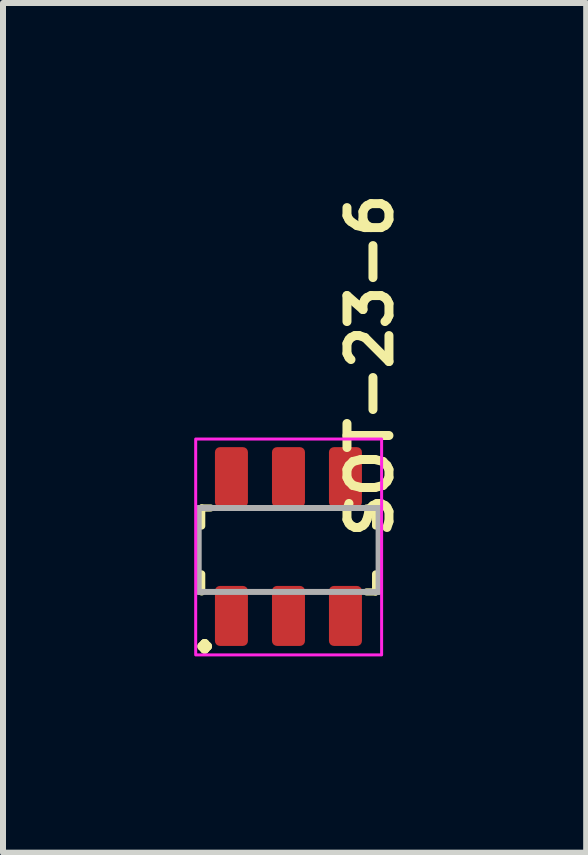
<source format=kicad_pcb>
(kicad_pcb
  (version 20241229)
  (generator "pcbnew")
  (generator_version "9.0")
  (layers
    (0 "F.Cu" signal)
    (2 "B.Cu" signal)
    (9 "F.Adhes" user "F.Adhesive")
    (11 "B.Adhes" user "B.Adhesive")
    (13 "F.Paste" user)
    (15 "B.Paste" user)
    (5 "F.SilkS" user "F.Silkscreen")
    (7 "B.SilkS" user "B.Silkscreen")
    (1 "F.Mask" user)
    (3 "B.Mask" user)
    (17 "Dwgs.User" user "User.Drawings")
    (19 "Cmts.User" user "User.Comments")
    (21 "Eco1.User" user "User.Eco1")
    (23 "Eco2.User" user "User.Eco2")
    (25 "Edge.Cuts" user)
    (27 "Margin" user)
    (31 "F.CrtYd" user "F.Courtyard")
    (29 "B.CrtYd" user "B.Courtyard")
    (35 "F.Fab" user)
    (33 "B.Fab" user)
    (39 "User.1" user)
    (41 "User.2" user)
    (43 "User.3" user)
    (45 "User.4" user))
  (footprint "SOT-23-6"
    (layer "F.Cu")
    (at 1.763 6.12)
    (property "Reference" "SOT-23-6" (at 1.766 -0.143 90) (layer "F.SilkS") (effects (font (size 0.7 0.7) (thickness 0.15)) (justify left bottom)))
    (attr smd)
    (fp_line (start -1.45 -0.7) (end -1.45 -0.4) (stroke (width 0.12) (type solid)) (layer "F.SilkS"))
    (fp_line (start -1.45 0.7) (end -1.45 0.4) (stroke (width 0.12) (type solid)) (layer "F.SilkS"))
    (fp_line (start -1.3 -0.7) (end -1.45 -0.7) (stroke (width 0.12) (type solid)) (layer "F.SilkS"))
    (fp_line (start 1.3 -0.7) (end 1.45 -0.7) (stroke (width 0.12) (type solid)) (layer "F.SilkS"))
    (fp_line (start 1.3 0.7) (end 1.45 0.7) (stroke (width 0.12) (type solid)) (layer "F.SilkS"))
    (fp_line (start 1.45 -0.7) (end 1.45 -0.4) (stroke (width 0.12) (type solid)) (layer "F.SilkS"))
    (fp_line (start 1.45 0.7) (end 1.45 0.4) (stroke (width 0.12) (type solid)) (layer "F.SilkS"))
    (fp_rect (start -1.55 -1.85) (end 1.55 1.75) (stroke (width 0.05) (type solid)) (fill no) (layer "F.CrtYd"))
    (fp_line (start -1.5 -0.7) (end 1.5 -0.7) (stroke (width 0.1) (type solid)) (layer "F.Fab"))
    (fp_line (start -1.5 0.7) (end -1.5 -0.7) (stroke (width 0.1) (type solid)) (layer "F.Fab"))
    (fp_line (start 1.5 -0.7) (end 1.5 0.7) (stroke (width 0.1) (type solid)) (layer "F.Fab"))
    (fp_line (start 1.5 0.7) (end -1.5 0.7) (stroke (width 0.1) (type solid)) (layer "F.Fab"))
    (fp_rect (start -1.397 -1.214) (end 1.396 1.211) (stroke (width 0.1) (type solid)) (fill no) (layer "User.5"))
    (fp_line (start -1.397 -0.629) (end -1.182 -0.629) (stroke (width 0.02) (type solid)) (layer "User.9"))
    (fp_line (start -1.397 0.641) (end -1.397 -0.629) (stroke (width 0.02) (type solid)) (layer "User.9"))
    (fp_line (start -1.397 0.641) (end -1.214 0.456) (stroke (width 0.02) (type solid)) (layer "User.9"))
    (fp_line (start -1.214 -0.444) (end -1.397 -0.629) (stroke (width 0.02) (type solid)) (layer "User.9"))
    (fp_line (start -1.214 -0.444) (end -1.214 0.456) (stroke (width 0.02) (type solid)) (layer "User.9"))
    (fp_line (start -1.214 0.456) (end 1.211 0.456) (stroke (width 0.02) (type solid)) (layer "User.9"))
    (fp_line (start -1.182 -1.214) (end -0.724 -1.214) (stroke (width 0.02) (type solid)) (layer "User.9"))
    (fp_line (start -1.182 -1.01) (end -1.182 -1.214) (stroke (width 0.02) (type solid)) (layer "User.9"))
    (fp_line (start -1.182 -0.935) (end -1.182 -1.01) (stroke (width 0.02) (type solid)) (layer "User.9"))
    (fp_line (start -1.182 -0.935) (end -0.724 -0.935) (stroke (width 0.02) (type solid)) (layer "User.9"))
    (fp_line (start -1.182 -0.656) (end -1.182 -0.935) (stroke (width 0.02) (type solid)) (layer "User.9"))
    (fp_line (start -1.182 -0.62) (end -1.182 -0.656) (stroke (width 0.02) (type solid)) (layer "User.9"))
    (fp_line (start -1.182 0.631) (end -1.182 0.654) (stroke (width 0.02) (type solid)) (layer "User.9"))
    (fp_line (start -1.182 0.631) (end -0.724 0.631) (stroke (width 0.02) (type solid)) (layer "User.9"))
    (fp_line (start -1.182 0.641) (end -1.397 0.641) (stroke (width 0.02) (type solid)) (layer "User.9"))
    (fp_line (start -1.182 0.654) (end -1.182 0.933) (stroke (width 0.02) (type solid)) (layer "User.9"))
    (fp_line (start -1.182 0.933) (end -1.182 1.009) (stroke (width 0.02) (type solid)) (layer "User.9"))
    (fp_line (start -1.182 1.009) (end -1.182 1.211) (stroke (width 0.02) (type solid)) (layer "User.9"))
    (fp_line (start -0.724 -1.01) (end -0.724 -1.214) (stroke (width 0.02) (type solid)) (layer "User.9"))
    (fp_line (start -0.724 -0.935) (end -0.724 -1.01) (stroke (width 0.02) (type solid)) (layer "User.9"))
    (fp_line (start -0.724 -0.656) (end -0.724 -0.935) (stroke (width 0.02) (type solid)) (layer "User.9"))
    (fp_line (start -0.724 -0.629) (end -0.23 -0.629) (stroke (width 0.02) (type solid)) (layer "User.9"))
    (fp_line (start -0.724 -0.62) (end -1.182 -0.62) (stroke (width 0.02) (type solid)) (layer "User.9"))
    (fp_line (start -0.724 -0.62) (end -0.724 -0.656) (stroke (width 0.02) (type solid)) (layer "User.9"))
    (fp_line (start -0.724 0.631) (end -0.724 0.654) (stroke (width 0.02) (type solid)) (layer "User.9"))
    (fp_line (start -0.724 0.654) (end -0.724 0.933) (stroke (width 0.02) (type solid)) (layer "User.9"))
    (fp_line (start -0.724 0.933) (end -1.182 0.933) (stroke (width 0.02) (type solid)) (layer "User.9"))
    (fp_line (start -0.724 0.933) (end -0.724 1.009) (stroke (width 0.02) (type solid)) (layer "User.9"))
    (fp_line (start -0.724 1.009) (end -0.724 1.211) (stroke (width 0.02) (type solid)) (layer "User.9"))
    (fp_line (start -0.724 1.211) (end -1.182 1.211) (stroke (width 0.02) (type solid)) (layer "User.9"))
    (fp_line (start -0.23 -1.214) (end 0.228 -1.214) (stroke (width 0.02) (type solid)) (layer "User.9"))
    (fp_line (start -0.23 -1.01) (end -0.23 -1.214) (stroke (width 0.02) (type solid)) (layer "User.9"))
    (fp_line (start -0.23 -0.935) (end -0.23 -1.01) (stroke (width 0.02) (type solid)) (layer "User.9"))
    (fp_line (start -0.23 -0.935) (end 0.228 -0.935) (stroke (width 0.02) (type solid)) (layer "User.9"))
    (fp_line (start -0.23 -0.656) (end -0.23 -0.935) (stroke (width 0.02) (type solid)) (layer "User.9"))
    (fp_line (start -0.23 -0.62) (end -0.23 -0.656) (stroke (width 0.02) (type solid)) (layer "User.9"))
    (fp_line (start -0.23 0.631) (end -0.23 0.654) (stroke (width 0.02) (type solid)) (layer "User.9"))
    (fp_line (start -0.23 0.631) (end 0.228 0.631) (stroke (width 0.02) (type solid)) (layer "User.9"))
    (fp_line (start -0.23 0.641) (end -0.724 0.641) (stroke (width 0.02) (type solid)) (layer "User.9"))
    (fp_line (start -0.23 0.654) (end -0.23 0.933) (stroke (width 0.02) (type solid)) (layer "User.9"))
    (fp_line (start -0.23 0.933) (end -0.23 1.009) (stroke (width 0.02) (type solid)) (layer "User.9"))
    (fp_line (start -0.23 1.009) (end -0.23 1.211) (stroke (width 0.02) (type solid)) (layer "User.9"))
    (fp_line (start 0.228 -1.01) (end 0.228 -1.214) (stroke (width 0.02) (type solid)) (layer "User.9"))
    (fp_line (start 0.228 -0.935) (end 0.228 -1.01) (stroke (width 0.02) (type solid)) (layer "User.9"))
    (fp_line (start 0.228 -0.656) (end 0.228 -0.935) (stroke (width 0.02) (type solid)) (layer "User.9"))
    (fp_line (start 0.228 -0.629) (end 0.722 -0.629) (stroke (width 0.02) (type solid)) (layer "User.9"))
    (fp_line (start 0.228 -0.62) (end -0.23 -0.62) (stroke (width 0.02) (type solid)) (layer "User.9"))
    (fp_line (start 0.228 -0.62) (end 0.228 -0.656) (stroke (width 0.02) (type solid)) (layer "User.9"))
    (fp_line (start 0.228 0.631) (end 0.228 0.654) (stroke (width 0.02) (type solid)) (layer "User.9"))
    (fp_line (start 0.228 0.654) (end 0.228 0.933) (stroke (width 0.02) (type solid)) (layer "User.9"))
    (fp_line (start 0.228 0.933) (end -0.23 0.933) (stroke (width 0.02) (type solid)) (layer "User.9"))
    (fp_line (start 0.228 0.933) (end 0.228 1.009) (stroke (width 0.02) (type solid)) (layer "User.9"))
    (fp_line (start 0.228 1.009) (end 0.228 1.211) (stroke (width 0.02) (type solid)) (layer "User.9"))
    (fp_line (start 0.228 1.211) (end -0.23 1.211) (stroke (width 0.02) (type solid)) (layer "User.9"))
    (fp_line (start 0.722 -1.214) (end 1.181 -1.214) (stroke (width 0.02) (type solid)) (layer "User.9"))
    (fp_line (start 0.722 -1.01) (end 0.722 -1.214) (stroke (width 0.02) (type solid)) (layer "User.9"))
    (fp_line (start 0.722 -0.935) (end 0.722 -1.01) (stroke (width 0.02) (type solid)) (layer "User.9"))
    (fp_line (start 0.722 -0.935) (end 1.181 -0.935) (stroke (width 0.02) (type solid)) (layer "User.9"))
    (fp_line (start 0.722 -0.656) (end 0.722 -0.935) (stroke (width 0.02) (type solid)) (layer "User.9"))
    (fp_line (start 0.722 -0.62) (end 0.722 -0.656) (stroke (width 0.02) (type solid)) (layer "User.9"))
    (fp_line (start 0.722 0.631) (end 0.722 0.654) (stroke (width 0.02) (type solid)) (layer "User.9"))
    (fp_line (start 0.722 0.631) (end 1.181 0.631) (stroke (width 0.02) (type solid)) (layer "User.9"))
    (fp_line (start 0.722 0.641) (end 0.228 0.641) (stroke (width 0.02) (type solid)) (layer "User.9"))
    (fp_line (start 0.722 0.654) (end 0.722 0.933) (stroke (width 0.02) (type solid)) (layer "User.9"))
    (fp_line (start 0.722 0.933) (end 0.722 1.009) (stroke (width 0.02) (type solid)) (layer "User.9"))
    (fp_line (start 0.722 1.009) (end 0.722 1.211) (stroke (width 0.02) (type solid)) (layer "User.9"))
    (fp_line (start 1.181 -1.01) (end 1.181 -1.214) (stroke (width 0.02) (type solid)) (layer "User.9"))
    (fp_line (start 1.181 -0.935) (end 1.181 -1.01) (stroke (width 0.02) (type solid)) (layer "User.9"))
    (fp_line (start 1.181 -0.656) (end 1.181 -0.935) (stroke (width 0.02) (type solid)) (layer "User.9"))
    (fp_line (start 1.181 -0.629) (end 1.396 -0.629) (stroke (width 0.02) (type solid)) (layer "User.9"))
    (fp_line (start 1.181 -0.62) (end 0.722 -0.62) (stroke (width 0.02) (type solid)) (layer "User.9"))
    (fp_line (start 1.181 -0.62) (end 1.181 -0.656) (stroke (width 0.02) (type solid)) (layer "User.9"))
    (fp_line (start 1.181 0.631) (end 1.181 0.654) (stroke (width 0.02) (type solid)) (layer "User.9"))
    (fp_line (start 1.181 0.654) (end 1.181 0.933) (stroke (width 0.02) (type solid)) (layer "User.9"))
    (fp_line (start 1.181 0.933) (end 0.722 0.933) (stroke (width 0.02) (type solid)) (layer "User.9"))
    (fp_line (start 1.181 0.933) (end 1.181 1.009) (stroke (width 0.02) (type solid)) (layer "User.9"))
    (fp_line (start 1.181 1.009) (end 1.181 1.211) (stroke (width 0.02) (type solid)) (layer "User.9"))
    (fp_line (start 1.181 1.211) (end 0.722 1.211) (stroke (width 0.02) (type solid)) (layer "User.9"))
    (fp_line (start 1.211 -0.444) (end -1.214 -0.444) (stroke (width 0.02) (type solid)) (layer "User.9"))
    (fp_line (start 1.211 -0.444) (end 1.396 -0.629) (stroke (width 0.02) (type solid)) (layer "User.9"))
    (fp_line (start 1.211 0.456) (end 1.211 -0.444) (stroke (width 0.02) (type solid)) (layer "User.9"))
    (fp_line (start 1.396 -0.629) (end 1.396 0.641) (stroke (width 0.02) (type solid)) (layer "User.9"))
    (fp_line (start 1.396 0.641) (end 1.181 0.641) (stroke (width 0.02) (type solid)) (layer "User.9"))
    (fp_line (start 1.396 0.641) (end 1.211 0.456) (stroke (width 0.02) (type solid)) (layer "User.9"))
    (fp_text user "." (at -1.4 1.2 180) (layer "F.SilkS") (effects (font (size 1 1) (thickness 0.15))))
    (pad "1" smd roundrect (at -0.954 1.1) (size 0.55 1) (layers "F.Cu" "F.Mask" "F.Paste") (roundrect_rratio 0.15))
    (pad "2" smd roundrect (at -0.003 1.1) (size 0.55 1) (layers "F.Cu" "F.Mask" "F.Paste") (roundrect_rratio 0.15))
    (pad "3" smd roundrect (at 0.947 1.1) (size 0.55 1) (layers "F.Cu" "F.Mask" "F.Paste") (roundrect_rratio 0.15))
    (pad "4" smd roundrect (at 0.947 -1.214) (size 0.55 1) (layers "F.Cu" "F.Mask" "F.Paste") (roundrect_rratio 0.15))
    (pad "5" smd roundrect (at -0.003 -1.214) (size 0.55 1) (layers "F.Cu" "F.Mask" "F.Paste") (roundrect_rratio 0.15))
    (pad "6" smd roundrect (at -0.954 -1.214) (size 0.55 1) (layers "F.Cu" "F.Mask" "F.Paste") (roundrect_rratio 0.15)))
  (gr_rect
    (start -3 -3)
    (end 6.724 11.168)
    (stroke (width 0.1) (type default))
    (fill no)
    (layer "Edge.Cuts")))
</source>
